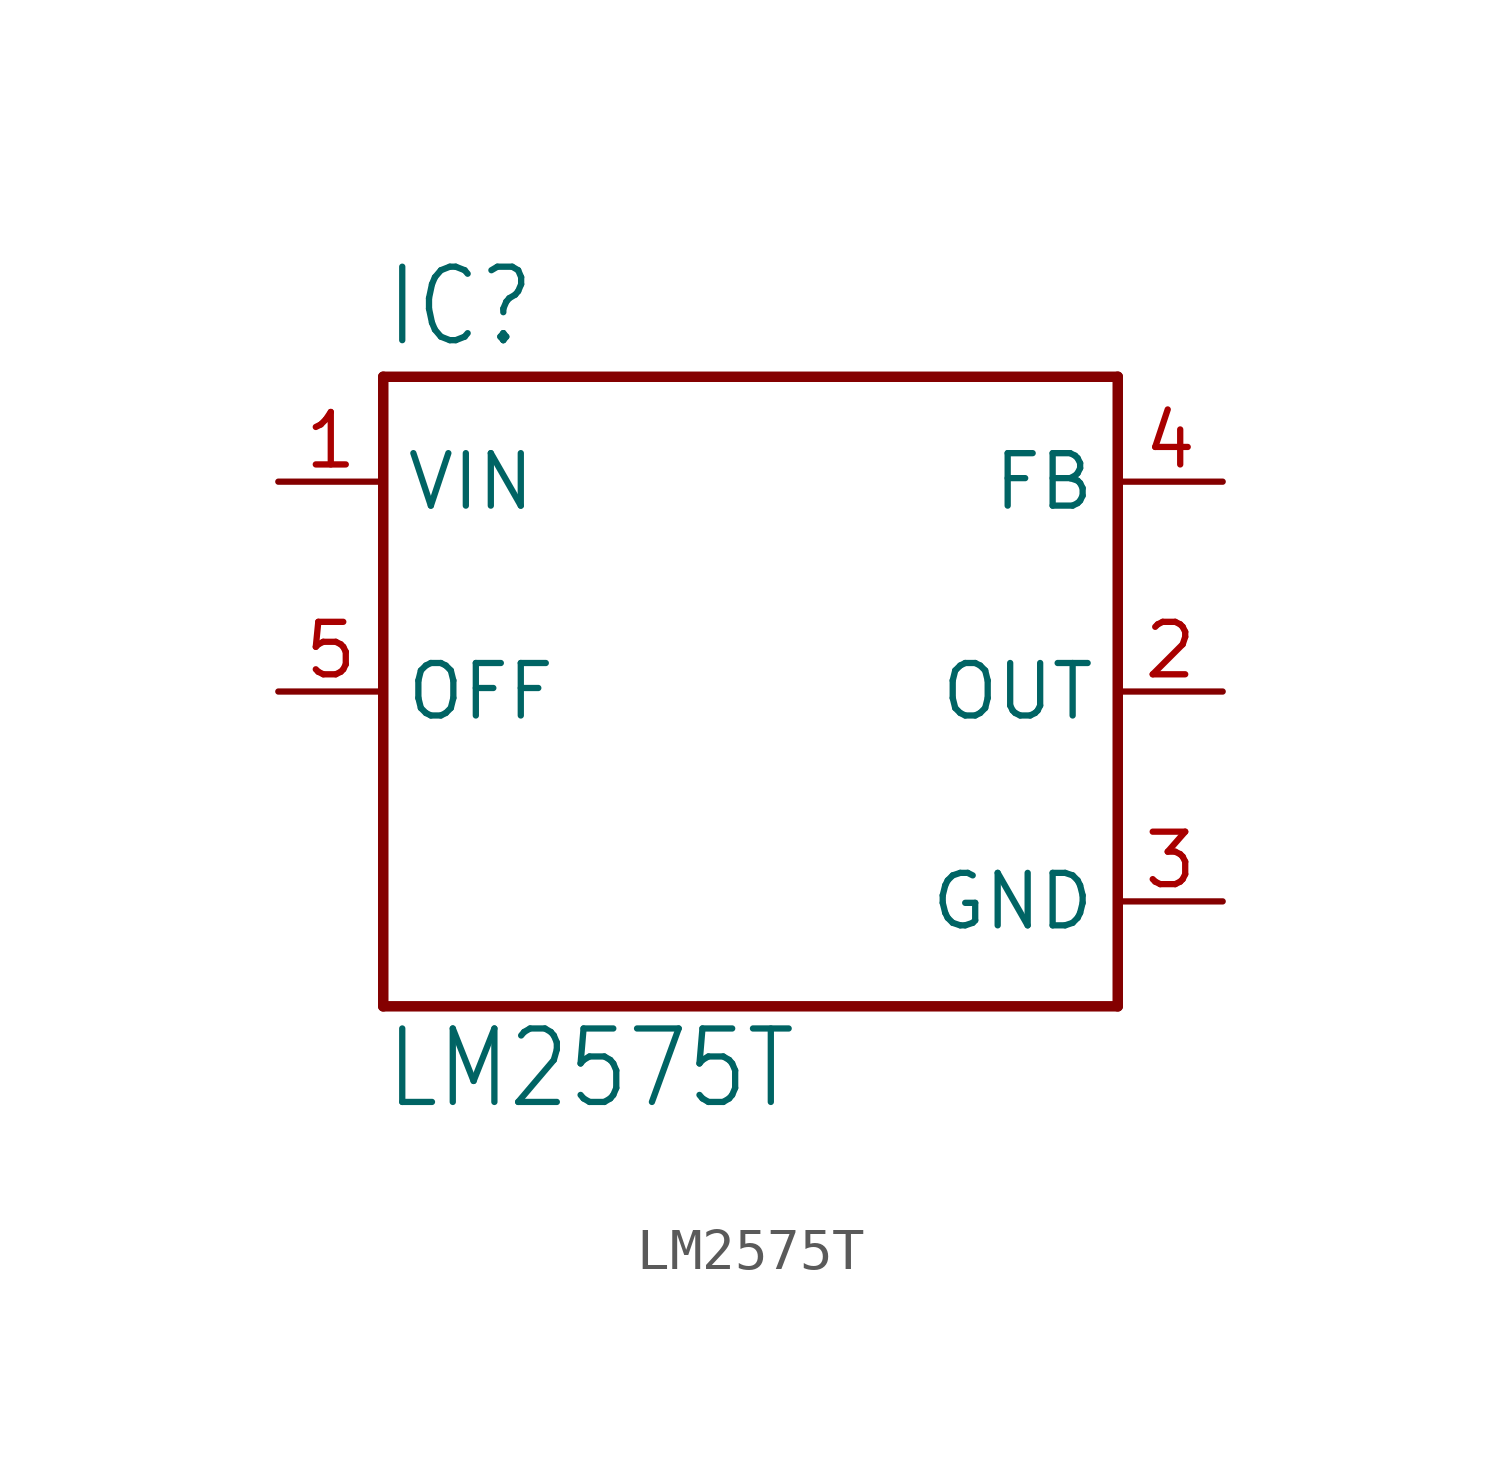
<source format=kicad_sym>
(kicad_symbol_lib
  (version 20211014)
  (generator kicad_symbol_editor)
  (symbol "LM2575T"
    (property "Reference" "IC"
      (at -7.62 8.28 0)
      (effects (font (size 1.778 1.511)) (justify left bottom)))
    (property "Value" "LM2575T"
      (at -7.62 -10.16 0)
      (effects (font (size 1.778 1.511)) (justify left bottom)))
    (property "ki_locked" ""
      (at 0 0 0)
      (effects (font (size 1.27 1.27))))
    (symbol "LM2575T_1_0"
      (polyline (pts (xy -7.62 -7.62) (xy 10.16 -7.62)) (stroke (width 0.254) (type default) (color 0 0 0 0)) (fill (type none)))
      (polyline (pts (xy -7.62 7.62) (xy -7.62 -7.62)) (stroke (width 0.254) (type default) (color 0 0 0 0)) (fill (type none)))
      (polyline (pts (xy 10.16 -7.62) (xy 10.16 7.62)) (stroke (width 0.254) (type default) (color 0 0 0 0)) (fill (type none)))
      (polyline (pts (xy 10.16 7.62) (xy -7.62 7.62)) (stroke (width 0.254) (type default) (color 0 0 0 0)) (fill (type none)))
      (pin power_in line (at -10.16 5.08 0) (length 2.54) (name "VIN" (effects (font (size 1.27 1.27)))) (number "1" (effects (font (size 1.27 1.27)))))
      (pin output line (at 12.7 0 180) (length 2.54) (name "OUT" (effects (font (size 1.27 1.27)))) (number "2" (effects (font (size 1.27 1.27)))))
      (pin power_in line (at 12.7 -5.08 180) (length 2.54) (name "GND" (effects (font (size 1.27 1.27)))) (number "3" (effects (font (size 1.27 1.27)))))
      (pin input line (at 12.7 5.08 180) (length 2.54) (name "FB" (effects (font (size 1.27 1.27)))) (number "4" (effects (font (size 1.27 1.27)))))
      (pin input line (at -10.16 0 0) (length 2.54) (name "OFF" (effects (font (size 1.27 1.27)))) (number "5" (effects (font (size 1.27 1.27))))))))
</source>
